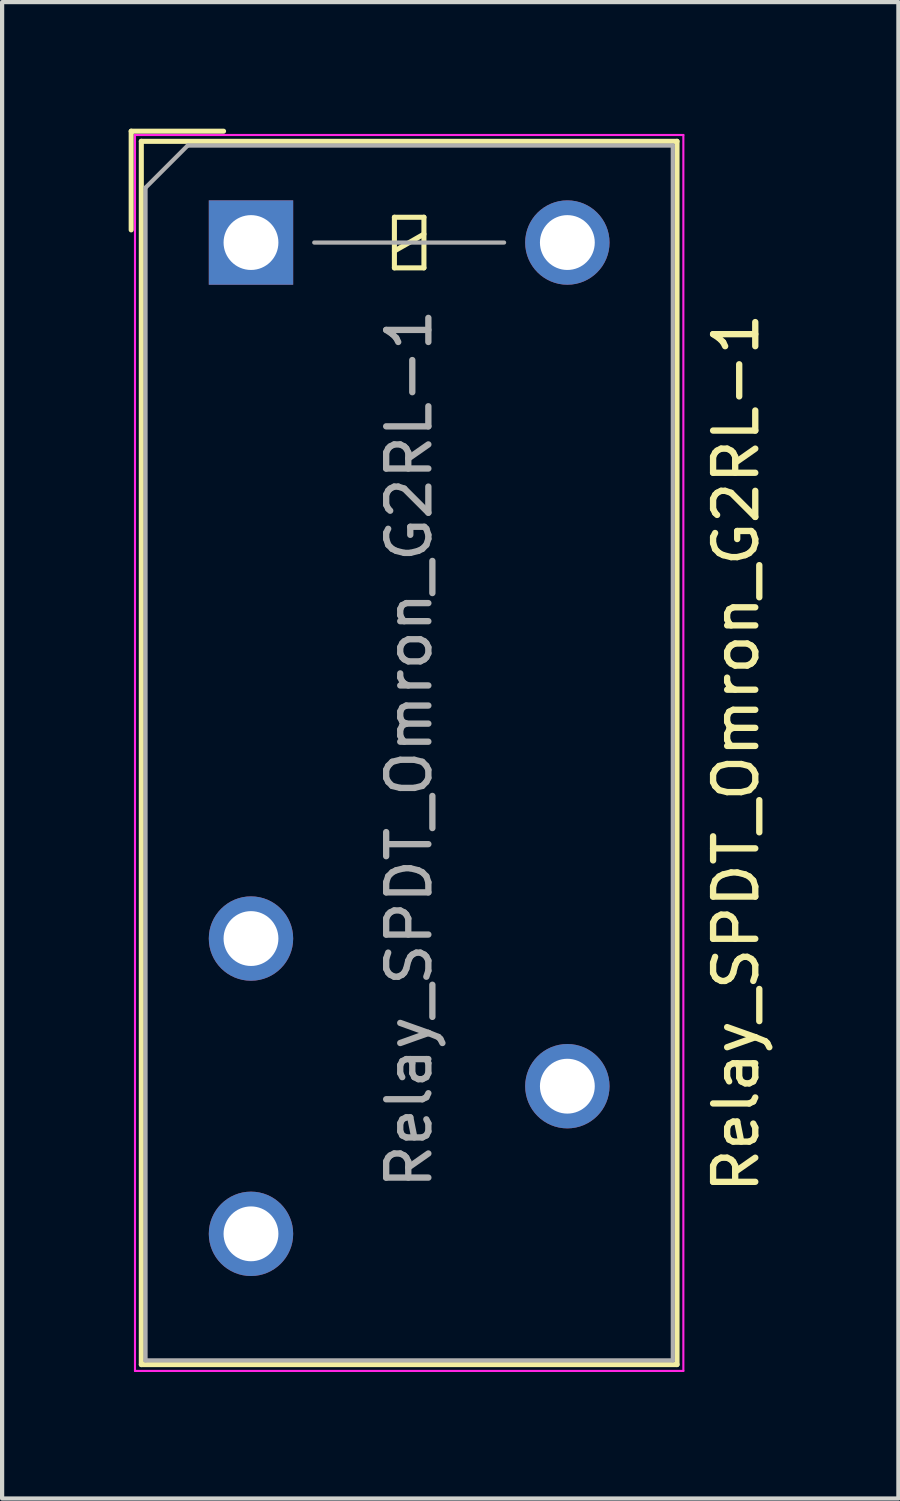
<source format=kicad_pcb>
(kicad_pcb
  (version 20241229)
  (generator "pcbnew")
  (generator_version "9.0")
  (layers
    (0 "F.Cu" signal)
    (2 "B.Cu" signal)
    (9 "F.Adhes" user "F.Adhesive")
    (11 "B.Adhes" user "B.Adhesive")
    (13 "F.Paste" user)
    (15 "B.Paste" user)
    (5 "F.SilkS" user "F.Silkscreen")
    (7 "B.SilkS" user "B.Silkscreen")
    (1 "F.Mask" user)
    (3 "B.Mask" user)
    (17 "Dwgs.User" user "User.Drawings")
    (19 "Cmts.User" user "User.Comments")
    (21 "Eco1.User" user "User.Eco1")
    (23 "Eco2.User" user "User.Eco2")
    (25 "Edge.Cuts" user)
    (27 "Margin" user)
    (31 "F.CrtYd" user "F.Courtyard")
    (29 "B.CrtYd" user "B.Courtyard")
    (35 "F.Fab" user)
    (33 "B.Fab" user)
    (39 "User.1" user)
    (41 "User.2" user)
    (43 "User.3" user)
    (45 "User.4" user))
  (footprint "Relay_SPDT_Omron_G2RL-1"
    (layer "F.Cu")
    (at 2.9 2.7)
    (property "Reference" "Relay_SPDT_Omron_G2RL-1" (at 11.5 12.1 90) (layer "F.SilkS") (effects (font (size 1 1) (thickness 0.15))))
    (attr through_hole)
    (fp_line (start -2.84 -2.64) (end -0.65 -2.64) (stroke (width 0.12) (type solid)) (layer "F.SilkS"))
    (fp_line (start -2.84 -0.3) (end -2.84 -2.64) (stroke (width 0.12) (type solid)) (layer "F.SilkS"))
    (fp_line (start -2.6 -2.4) (end -2.6 26.6) (stroke (width 0.12) (type solid)) (layer "F.SilkS"))
    (fp_line (start -2.6 26.6) (end 10.1 26.6) (stroke (width 0.12) (type solid)) (layer "F.SilkS"))
    (fp_line (start 3.4 -0.6) (end 3.4 0.6) (stroke (width 0.12) (type solid)) (layer "F.SilkS"))
    (fp_line (start 3.4 0.2) (end 4.1 -0.2) (stroke (width 0.12) (type solid)) (layer "F.SilkS"))
    (fp_line (start 3.4 0.6) (end 4.1 0.6) (stroke (width 0.12) (type solid)) (layer "F.SilkS"))
    (fp_line (start 4.1 -0.6) (end 3.4 -0.6) (stroke (width 0.12) (type solid)) (layer "F.SilkS"))
    (fp_line (start 4.1 0.6) (end 4.1 -0.6) (stroke (width 0.12) (type solid)) (layer "F.SilkS"))
    (fp_line (start 10.1 -2.4) (end -2.6 -2.4) (stroke (width 0.12) (type solid)) (layer "F.SilkS"))
    (fp_line (start 10.1 26.6) (end 10.1 -2.4) (stroke (width 0.12) (type solid)) (layer "F.SilkS"))
    (fp_line (start -2.75 -2.55) (end -2.75 26.75) (stroke (width 0.05) (type solid)) (layer "F.CrtYd"))
    (fp_line (start -2.75 26.75) (end 10.25 26.75) (stroke (width 0.05) (type solid)) (layer "F.CrtYd"))
    (fp_line (start 10.25 -2.55) (end -2.75 -2.55) (stroke (width 0.05) (type solid)) (layer "F.CrtYd"))
    (fp_line (start 10.25 26.75) (end 10.25 -2.55) (stroke (width 0.05) (type solid)) (layer "F.CrtYd"))
    (fp_line (start -2.5 -1.3) (end -2.5 26.5) (stroke (width 0.1) (type solid)) (layer "F.Fab"))
    (fp_line (start -2.5 26.5) (end 10 26.5) (stroke (width 0.1) (type solid)) (layer "F.Fab"))
    (fp_line (start -1.5 -2.3) (end -2.5 -1.3) (stroke (width 0.1) (type solid)) (layer "F.Fab"))
    (fp_line (start 1.5 0) (end 6 0) (stroke (width 0.1) (type solid)) (layer "F.Fab"))
    (fp_line (start 10 -2.3) (end -1.5 -2.3) (stroke (width 0.1) (type solid)) (layer "F.Fab"))
    (fp_line (start 10 26.5) (end 10 -2.3) (stroke (width 0.1) (type solid)) (layer "F.Fab"))
    (fp_text user "${REFERENCE}" (at 3.75 12 90) (layer "F.Fab") (effects (font (size 1 1) (thickness 0.15))))
    (pad "11" thru_hole circle (at 7.5 20) (size 2 2) (drill 1.3) (layers "*.Cu" "*.Mask"))
    (pad "12" thru_hole circle (at 0 16.5) (size 2 2) (drill 1.3) (layers "*.Cu" "*.Mask"))
    (pad "14" thru_hole circle (at 0 23.5) (size 2 2) (drill 1.3) (layers "*.Cu" "*.Mask"))
    (pad "A1" thru_hole rect (at 0 0) (size 2 2) (drill 1.3) (layers "*.Cu" "*.Mask"))
    (pad "A2" thru_hole circle (at 7.5 0) (size 2 2) (drill 1.3) (layers "*.Cu" "*.Mask")))
  (gr_rect
    (start -3 -3)
    (end 18.248 32.475)
    (stroke (width 0.1) (type default))
    (fill no)
    (layer "Edge.Cuts")))
</source>
